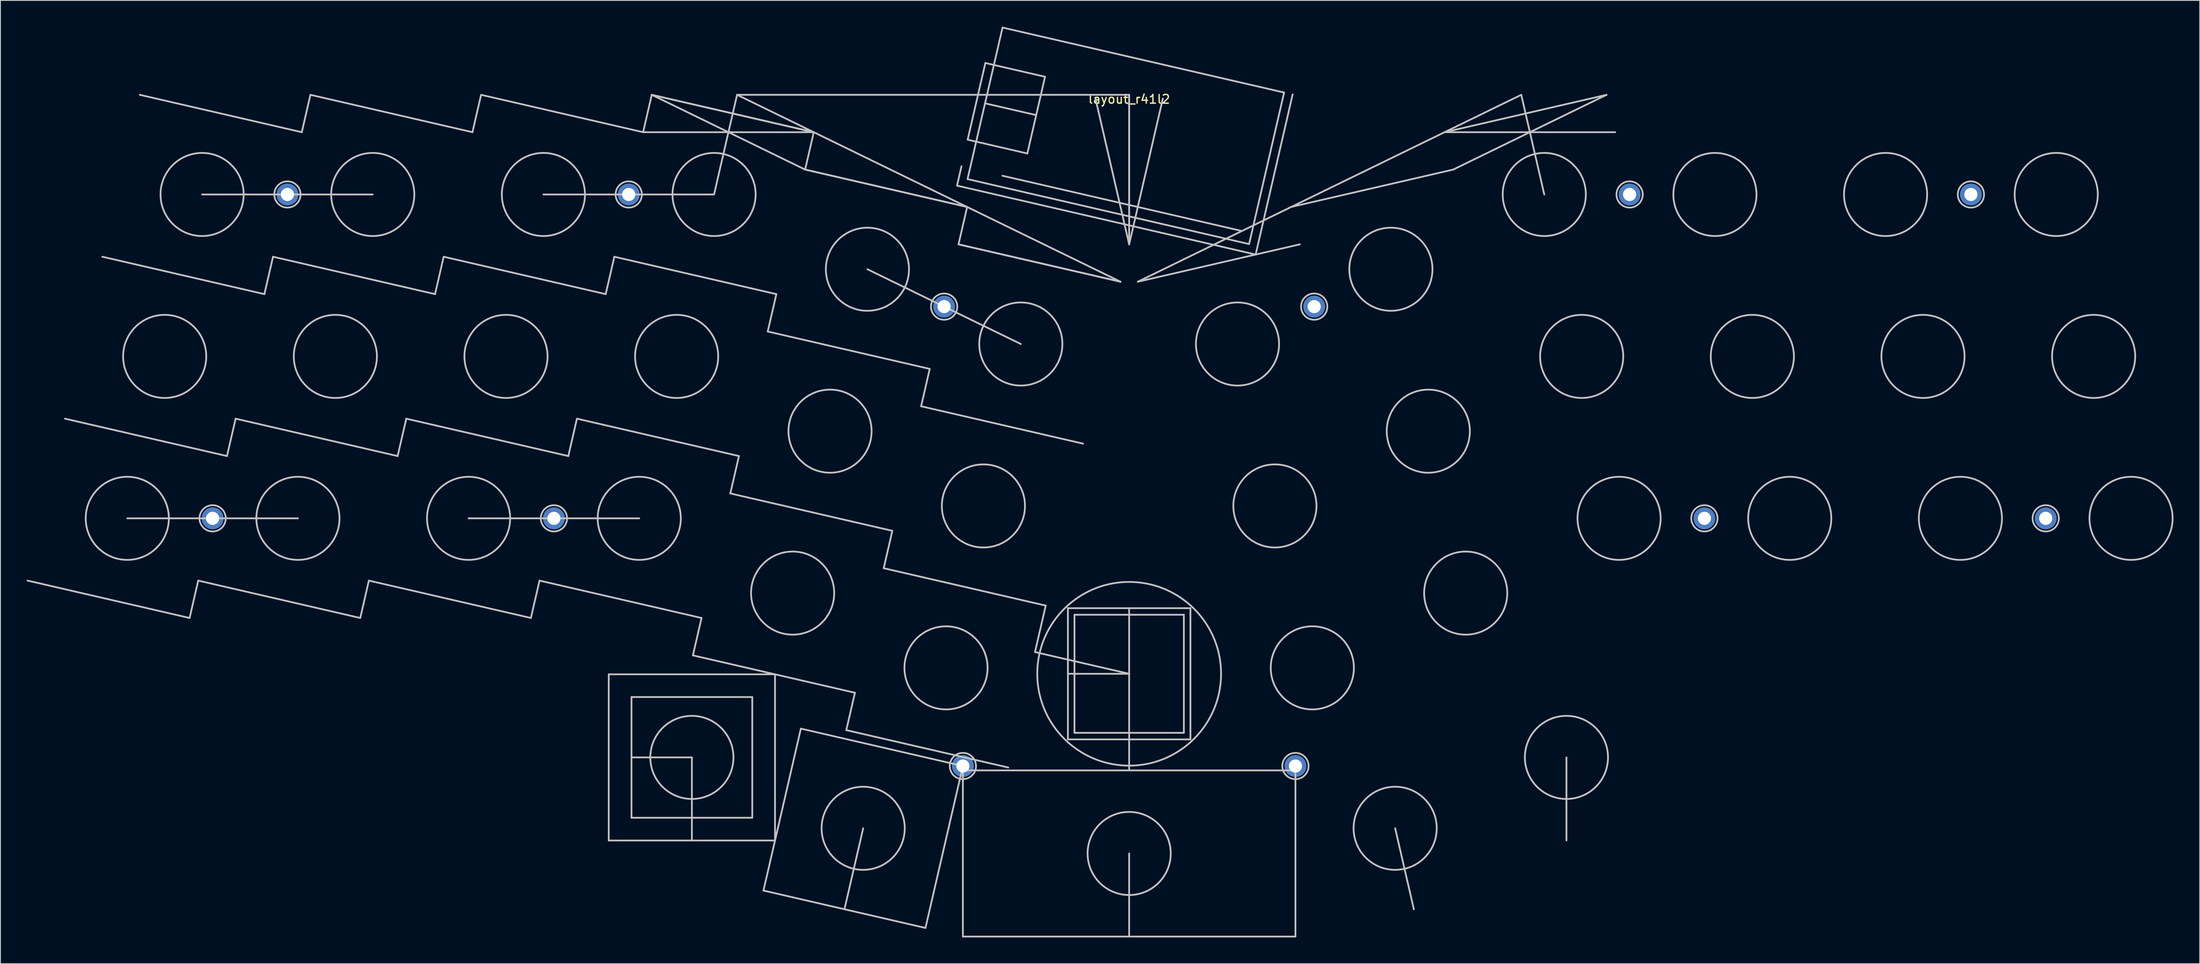
<source format=kicad_pcb>
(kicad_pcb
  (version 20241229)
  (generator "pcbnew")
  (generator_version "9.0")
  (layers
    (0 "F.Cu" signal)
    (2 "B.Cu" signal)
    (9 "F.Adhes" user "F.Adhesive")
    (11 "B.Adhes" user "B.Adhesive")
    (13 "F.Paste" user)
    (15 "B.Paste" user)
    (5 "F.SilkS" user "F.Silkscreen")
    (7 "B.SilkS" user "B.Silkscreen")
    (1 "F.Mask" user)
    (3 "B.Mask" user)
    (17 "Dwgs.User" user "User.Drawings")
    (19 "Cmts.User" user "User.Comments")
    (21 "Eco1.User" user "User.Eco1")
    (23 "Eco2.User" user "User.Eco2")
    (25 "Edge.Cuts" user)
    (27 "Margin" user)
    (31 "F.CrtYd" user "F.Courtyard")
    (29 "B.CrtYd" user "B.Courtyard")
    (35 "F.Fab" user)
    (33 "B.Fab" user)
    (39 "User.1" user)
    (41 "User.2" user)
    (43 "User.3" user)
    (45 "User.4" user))
  (footprint "layout_r41l2"
    (layer "F.Cu")
    (at 125.974 7.79)
    (property "Reference" "layout_r41l2" (at 0 0.5 0) (layer "F.SilkS") (effects (font (size 1 1) (thickness 0.15))))
    (attr through_hole)
    (fp_line (start -114.48 48.42) (end -94.981 48.42) (stroke (width 0.2) (type solid)) (layer "Dwgs.User"))
    (fp_line (start -107.361 59.813) (end -125.874 55.539) (stroke (width 0.2) (type solid)) (layer "Dwgs.User"))
    (fp_line (start -106.374 55.539) (end -107.361 59.813) (stroke (width 0.2) (type solid)) (layer "Dwgs.User"))
    (fp_line (start -105.932 11.394) (end -86.432 11.394) (stroke (width 0.2) (type solid)) (layer "Dwgs.User"))
    (fp_line (start -103.087 41.3) (end -121.6 37.026) (stroke (width 0.2) (type solid)) (layer "Dwgs.User"))
    (fp_line (start -102.1 37.026) (end -103.087 41.3) (stroke (width 0.2) (type solid)) (layer "Dwgs.User"))
    (fp_line (start -98.813 22.787) (end -117.326 18.513) (stroke (width 0.2) (type solid)) (layer "Dwgs.User"))
    (fp_line (start -97.826 18.513) (end -98.813 22.787) (stroke (width 0.2) (type solid)) (layer "Dwgs.User"))
    (fp_line (start -94.539 4.274) (end -113.052 0) (stroke (width 0.2) (type solid)) (layer "Dwgs.User"))
    (fp_line (start -93.552 0) (end -94.539 4.274) (stroke (width 0.2) (type solid)) (layer "Dwgs.User"))
    (fp_line (start -87.861 59.813) (end -106.374 55.539) (stroke (width 0.2) (type solid)) (layer "Dwgs.User"))
    (fp_line (start -86.874 55.539) (end -87.861 59.813) (stroke (width 0.2) (type solid)) (layer "Dwgs.User"))
    (fp_line (start -83.587 41.3) (end -102.1 37.026) (stroke (width 0.2) (type solid)) (layer "Dwgs.User"))
    (fp_line (start -82.6 37.026) (end -83.587 41.3) (stroke (width 0.2) (type solid)) (layer "Dwgs.User"))
    (fp_line (start -79.313 22.787) (end -97.826 18.513) (stroke (width 0.2) (type solid)) (layer "Dwgs.User"))
    (fp_line (start -78.326 18.513) (end -79.313 22.787) (stroke (width 0.2) (type solid)) (layer "Dwgs.User"))
    (fp_line (start -75.481 48.42) (end -55.981 48.42) (stroke (width 0.2) (type solid)) (layer "Dwgs.User"))
    (fp_line (start -75.039 4.274) (end -93.552 0) (stroke (width 0.2) (type solid)) (layer "Dwgs.User"))
    (fp_line (start -74.052 0) (end -75.039 4.274) (stroke (width 0.2) (type solid)) (layer "Dwgs.User"))
    (fp_line (start -68.361 59.813) (end -86.874 55.539) (stroke (width 0.2) (type solid)) (layer "Dwgs.User"))
    (fp_line (start -68.361 59.813) (end -67.375 55.539) (stroke (width 0.2) (type solid)) (layer "Dwgs.User"))
    (fp_line (start -67.375 55.539) (end -48.862 59.813) (stroke (width 0.2) (type solid)) (layer "Dwgs.User"))
    (fp_line (start -66.933 11.394) (end -47.433 11.394) (stroke (width 0.2) (type solid)) (layer "Dwgs.User"))
    (fp_line (start -64.087 41.3) (end -82.6 37.026) (stroke (width 0.2) (type solid)) (layer "Dwgs.User"))
    (fp_line (start -64.087 41.3) (end -63.1 37.026) (stroke (width 0.2) (type solid)) (layer "Dwgs.User"))
    (fp_line (start -63.1 37.026) (end -44.587 41.3) (stroke (width 0.2) (type solid)) (layer "Dwgs.User"))
    (fp_line (start -59.813 22.787) (end -78.326 18.513) (stroke (width 0.2) (type solid)) (layer "Dwgs.User"))
    (fp_line (start -59.813 22.787) (end -58.826 18.513) (stroke (width 0.2) (type solid)) (layer "Dwgs.User"))
    (fp_line (start -59.466 66.253) (end -40.466 66.253) (stroke (width 0.2) (type solid)) (layer "Dwgs.User"))
    (fp_line (start -59.466 85.253) (end -59.466 66.253) (stroke (width 0.2) (type solid)) (layer "Dwgs.User"))
    (fp_line (start -58.826 18.513) (end -40.313 22.787) (stroke (width 0.2) (type solid)) (layer "Dwgs.User"))
    (fp_line (start -56.866 68.853) (end -56.866 82.653) (stroke (width 0.2) (type solid)) (layer "Dwgs.User"))
    (fp_line (start -56.866 82.653) (end -43.066 82.653) (stroke (width 0.2) (type solid)) (layer "Dwgs.User"))
    (fp_line (start -55.539 4.274) (end -74.052 0) (stroke (width 0.2) (type solid)) (layer "Dwgs.User"))
    (fp_line (start -55.539 4.274) (end -54.552 0) (stroke (width 0.2) (type solid)) (layer "Dwgs.User"))
    (fp_line (start -54.552 0) (end -37.026 8.548) (stroke (width 0.2) (type solid)) (layer "Dwgs.User"))
    (fp_line (start -54.552 0) (end -36.039 4.274) (stroke (width 0.2) (type solid)) (layer "Dwgs.User"))
    (fp_line (start -54.552 0) (end -36.039 4.274) (stroke (width 0.2) (type solid)) (layer "Dwgs.User"))
    (fp_line (start -49.966 75.753) (end -56.866 75.753) (stroke (width 0.2) (type solid)) (layer "Dwgs.User"))
    (fp_line (start -49.966 85.253) (end -49.966 75.753) (stroke (width 0.2) (type solid)) (layer "Dwgs.User"))
    (fp_line (start -49.848 64.087) (end -31.335 68.361) (stroke (width 0.2) (type solid)) (layer "Dwgs.User"))
    (fp_line (start -48.862 59.813) (end -49.848 64.087) (stroke (width 0.2) (type solid)) (layer "Dwgs.User"))
    (fp_line (start -45.574 45.574) (end -27.061 49.848) (stroke (width 0.2) (type solid)) (layer "Dwgs.User"))
    (fp_line (start -44.802 0) (end -47.433 11.394) (stroke (width 0.2) (type solid)) (layer "Dwgs.User"))
    (fp_line (start -44.802 0) (end -0.987 21.37) (stroke (width 0.2) (type solid)) (layer "Dwgs.User"))
    (fp_line (start -44.587 41.3) (end -45.574 45.574) (stroke (width 0.2) (type solid)) (layer "Dwgs.User"))
    (fp_line (start -43.066 68.853) (end -56.866 68.853) (stroke (width 0.2) (type solid)) (layer "Dwgs.User"))
    (fp_line (start -43.066 82.653) (end -43.066 68.853) (stroke (width 0.2) (type solid)) (layer "Dwgs.User"))
    (fp_line (start -41.787 90.976) (end -23.274 95.25) (stroke (width 0.2) (type solid)) (layer "Dwgs.User"))
    (fp_line (start -41.3 27.061) (end -22.787 31.335) (stroke (width 0.2) (type solid)) (layer "Dwgs.User"))
    (fp_line (start -40.466 66.253) (end -40.466 85.253) (stroke (width 0.2) (type solid)) (layer "Dwgs.User"))
    (fp_line (start -40.466 85.253) (end -59.466 85.253) (stroke (width 0.2) (type solid)) (layer "Dwgs.User"))
    (fp_line (start -40.313 22.787) (end -41.3 27.061) (stroke (width 0.2) (type solid)) (layer "Dwgs.User"))
    (fp_line (start -37.513 72.463) (end -41.787 90.976) (stroke (width 0.2) (type solid)) (layer "Dwgs.User"))
    (fp_line (start -37.026 8.548) (end -18.513 12.822) (stroke (width 0.2) (type solid)) (layer "Dwgs.User"))
    (fp_line (start -37.026 8.548) (end -18.513 12.822) (stroke (width 0.2) (type solid)) (layer "Dwgs.User"))
    (fp_line (start -36.039 4.274) (end -55.539 4.274) (stroke (width 0.2) (type solid)) (layer "Dwgs.User"))
    (fp_line (start -36.039 4.274) (end -37.026 8.548) (stroke (width 0.2) (type solid)) (layer "Dwgs.User"))
    (fp_line (start -32.322 72.635) (end -13.809 76.909) (stroke (width 0.2) (type solid)) (layer "Dwgs.User"))
    (fp_line (start -31.335 68.361) (end -32.322 72.635) (stroke (width 0.2) (type solid)) (layer "Dwgs.User"))
    (fp_line (start -30.394 83.857) (end -32.531 93.113) (stroke (width 0.2) (type solid)) (layer "Dwgs.User"))
    (fp_line (start -29.907 19.942) (end -12.38 28.49) (stroke (width 0.2) (type solid)) (layer "Dwgs.User"))
    (fp_line (start -28.048 54.122) (end -9.535 58.396) (stroke (width 0.2) (type solid)) (layer "Dwgs.User"))
    (fp_line (start -27.061 49.848) (end -28.048 54.122) (stroke (width 0.2) (type solid)) (layer "Dwgs.User"))
    (fp_line (start -23.774 35.609) (end -5.261 39.883) (stroke (width 0.2) (type solid)) (layer "Dwgs.User"))
    (fp_line (start -23.274 95.25) (end -19 76.737) (stroke (width 0.2) (type solid)) (layer "Dwgs.User"))
    (fp_line (start -22.787 31.335) (end -23.774 35.609) (stroke (width 0.2) (type solid)) (layer "Dwgs.User"))
    (fp_line (start -19.668 10.383) (end 14.454 18.261) (stroke (width 0.2) (type solid)) (layer "Dwgs.User"))
    (fp_line (start -19.5 17.096) (end -0.987 21.37) (stroke (width 0.2) (type solid)) (layer "Dwgs.User"))
    (fp_line (start -19.5 17.096) (end -0.987 21.37) (stroke (width 0.2) (type solid)) (layer "Dwgs.User"))
    (fp_line (start -19.158 8.172) (end -19.668 10.383) (stroke (width 0.2) (type solid)) (layer "Dwgs.User"))
    (fp_line (start -19 76.737) (end -37.513 72.463) (stroke (width 0.2) (type solid)) (layer "Dwgs.User"))
    (fp_line (start -19 77.237) (end 19 77.237) (stroke (width 0.2) (type solid)) (layer "Dwgs.User"))
    (fp_line (start -19 96.237) (end -19 77.237) (stroke (width 0.2) (type solid)) (layer "Dwgs.User"))
    (fp_line (start -18.513 12.822) (end -19.5 17.096) (stroke (width 0.2) (type solid)) (layer "Dwgs.User"))
    (fp_line (start -18.469 9.634) (end -14.469 -7.69) (stroke (width 0.2) (type solid)) (layer "Dwgs.User"))
    (fp_line (start -18.456 5.131) (end -11.635 6.706) (stroke (width 0.2) (type solid)) (layer "Dwgs.User"))
    (fp_line (start -16.469 0.972) (end -10.623 2.321) (stroke (width 0.2) (type solid)) (layer "Dwgs.User"))
    (fp_line (start -16.431 -3.638) (end -18.456 5.131) (stroke (width 0.2) (type solid)) (layer "Dwgs.User"))
    (fp_line (start -14.471 9.254) (end 12.753 15.539) (stroke (width 0.2) (type solid)) (layer "Dwgs.User"))
    (fp_line (start -14.469 -7.69) (end 17.704 -0.262) (stroke (width 0.2) (type solid)) (layer "Dwgs.User"))
    (fp_line (start -11.635 6.706) (end -9.611 -2.063) (stroke (width 0.2) (type solid)) (layer "Dwgs.User"))
    (fp_line (start -10.761 63.708) (end -9.535 58.396) (stroke (width 0.2) (type solid)) (layer "Dwgs.User"))
    (fp_line (start -9.611 -2.063) (end -16.431 -3.638) (stroke (width 0.2) (type solid)) (layer "Dwgs.User"))
    (fp_line (start -7 58.693) (end -7 73.693) (stroke (width 0.2) (type solid)) (layer "Dwgs.User"))
    (fp_line (start -7 66.193) (end 0 66.193) (stroke (width 0.2) (type solid)) (layer "Dwgs.User"))
    (fp_line (start -7 73.693) (end 7 73.693) (stroke (width 0.2) (type solid)) (layer "Dwgs.User"))
    (fp_line (start -6.25 59.443) (end -6.25 72.943) (stroke (width 0.2) (type solid)) (layer "Dwgs.User"))
    (fp_line (start -6.25 72.943) (end 6.25 72.943) (stroke (width 0.2) (type solid)) (layer "Dwgs.User"))
    (fp_line (start 0 0) (end -44.802 0) (stroke (width 0.2) (type solid)) (layer "Dwgs.User"))
    (fp_line (start 0 0) (end 0 17.096) (stroke (width 0.2) (type solid)) (layer "Dwgs.User"))
    (fp_line (start 0 0) (end 0 17.096) (stroke (width 0.2) (type solid)) (layer "Dwgs.User"))
    (fp_line (start 0 0) (end 0 17.096) (stroke (width 0.2) (type solid)) (layer "Dwgs.User"))
    (fp_line (start 0 17.096) (end -3.846 0.438) (stroke (width 0.2) (type solid)) (layer "Dwgs.User"))
    (fp_line (start 0 17.096) (end 3.846 0.438) (stroke (width 0.2) (type solid)) (layer "Dwgs.User"))
    (fp_line (start 0 66.193) (end -10.761 63.708) (stroke (width 0.2) (type solid)) (layer "Dwgs.User"))
    (fp_line (start 0 66.193) (end 0 58.693) (stroke (width 0.2) (type solid)) (layer "Dwgs.User"))
    (fp_line (start 0 77.237) (end 0 66.193) (stroke (width 0.2) (type solid)) (layer "Dwgs.User"))
    (fp_line (start 0 86.737) (end 0 96.237) (stroke (width 0.2) (type solid)) (layer "Dwgs.User"))
    (fp_line (start 6.25 59.443) (end -6.25 59.443) (stroke (width 0.2) (type solid)) (layer "Dwgs.User"))
    (fp_line (start 6.25 72.943) (end 6.25 59.443) (stroke (width 0.2) (type solid)) (layer "Dwgs.User"))
    (fp_line (start 7 58.693) (end -7 58.693) (stroke (width 0.2) (type solid)) (layer "Dwgs.User"))
    (fp_line (start 7 73.693) (end 7 58.693) (stroke (width 0.2) (type solid)) (layer "Dwgs.User"))
    (fp_line (start 13.705 17.062) (end -18.469 9.634) (stroke (width 0.2) (type solid)) (layer "Dwgs.User"))
    (fp_line (start 14.454 18.261) (end 18.679 -0.038) (stroke (width 0.2) (type solid)) (layer "Dwgs.User"))
    (fp_line (start 17.704 -0.262) (end 13.705 17.062) (stroke (width 0.2) (type solid)) (layer "Dwgs.User"))
    (fp_line (start 19 77.237) (end 19 96.237) (stroke (width 0.2) (type solid)) (layer "Dwgs.User"))
    (fp_line (start 19 96.237) (end -19 96.237) (stroke (width 0.2) (type solid)) (layer "Dwgs.User"))
    (fp_line (start 19.5 17.096) (end 0.987 21.37) (stroke (width 0.2) (type solid)) (layer "Dwgs.User"))
    (fp_line (start 30.394 83.857) (end 32.531 93.113) (stroke (width 0.2) (type solid)) (layer "Dwgs.User"))
    (fp_line (start 36.039 4.274) (end 55.539 4.274) (stroke (width 0.2) (type solid)) (layer "Dwgs.User"))
    (fp_line (start 37.026 8.548) (end 18.513 12.822) (stroke (width 0.2) (type solid)) (layer "Dwgs.User"))
    (fp_line (start 44.802 0) (end 0.987 21.37) (stroke (width 0.2) (type solid)) (layer "Dwgs.User"))
    (fp_line (start 44.802 0) (end 47.433 11.394) (stroke (width 0.2) (type solid)) (layer "Dwgs.User"))
    (fp_line (start 49.966 85.253) (end 49.966 75.753) (stroke (width 0.2) (type solid)) (layer "Dwgs.User"))
    (fp_line (start 54.552 0) (end 36.039 4.274) (stroke (width 0.2) (type solid)) (layer "Dwgs.User"))
    (fp_line (start 54.552 0) (end 37.026 8.548) (stroke (width 0.2) (type solid)) (layer "Dwgs.User"))
    (fp_circle (center -114.48 48.42) (end -109.73 48.42) (stroke (width 0.2) (type solid)) (fill no) (layer "Dwgs.User"))
    (fp_circle (center -110.206 29.907) (end -105.456 29.907) (stroke (width 0.2) (type solid)) (fill no) (layer "Dwgs.User"))
    (fp_circle (center -105.932 11.394) (end -101.182 11.394) (stroke (width 0.2) (type solid)) (fill no) (layer "Dwgs.User"))
    (fp_circle (center -104.73 48.42) (end -103.23 48.42) (stroke (width 0.2) (type solid)) (fill no) (layer "Dwgs.User"))
    (fp_circle (center -96.182 11.394) (end -94.682 11.394) (stroke (width 0.2) (type solid)) (fill no) (layer "Dwgs.User"))
    (fp_circle (center -94.981 48.42) (end -90.231 48.42) (stroke (width 0.2) (type solid)) (fill no) (layer "Dwgs.User"))
    (fp_circle (center -90.706 29.907) (end -85.956 29.907) (stroke (width 0.2) (type solid)) (fill no) (layer "Dwgs.User"))
    (fp_circle (center -86.432 11.394) (end -81.682 11.394) (stroke (width 0.2) (type solid)) (fill no) (layer "Dwgs.User"))
    (fp_circle (center -75.481 48.42) (end -70.731 48.42) (stroke (width 0.2) (type solid)) (fill no) (layer "Dwgs.User"))
    (fp_circle (center -71.207 29.907) (end -66.457 29.907) (stroke (width 0.2) (type solid)) (fill no) (layer "Dwgs.User"))
    (fp_circle (center -66.933 11.394) (end -62.183 11.394) (stroke (width 0.2) (type solid)) (fill no) (layer "Dwgs.User"))
    (fp_circle (center -65.731 48.42) (end -64.231 48.42) (stroke (width 0.2) (type solid)) (fill no) (layer "Dwgs.User"))
    (fp_circle (center -57.183 11.394) (end -55.683 11.394) (stroke (width 0.2) (type solid)) (fill no) (layer "Dwgs.User"))
    (fp_circle (center -55.981 48.42) (end -51.231 48.42) (stroke (width 0.2) (type solid)) (fill no) (layer "Dwgs.User"))
    (fp_circle (center -51.707 29.907) (end -46.957 29.907) (stroke (width 0.2) (type solid)) (fill no) (layer "Dwgs.User"))
    (fp_circle (center -49.966 75.753) (end -45.216 75.753) (stroke (width 0.2) (type solid)) (fill no) (layer "Dwgs.User"))
    (fp_circle (center -47.433 11.394) (end -42.683 11.394) (stroke (width 0.2) (type solid)) (fill no) (layer "Dwgs.User"))
    (fp_circle (center -38.455 56.968) (end -33.705 56.968) (stroke (width 0.2) (type solid)) (fill no) (layer "Dwgs.User"))
    (fp_circle (center -34.181 38.455) (end -29.431 38.455) (stroke (width 0.2) (type solid)) (fill no) (layer "Dwgs.User"))
    (fp_circle (center -30.394 83.857) (end -25.644 83.857) (stroke (width 0.2) (type solid)) (fill no) (layer "Dwgs.User"))
    (fp_circle (center -29.907 19.942) (end -25.157 19.942) (stroke (width 0.2) (type solid)) (fill no) (layer "Dwgs.User"))
    (fp_circle (center -21.143 24.216) (end -19.643 24.216) (stroke (width 0.2) (type solid)) (fill no) (layer "Dwgs.User"))
    (fp_circle (center -20.928 65.516) (end -16.178 65.516) (stroke (width 0.2) (type solid)) (fill no) (layer "Dwgs.User"))
    (fp_circle (center -19 76.737) (end -17.5 76.737) (stroke (width 0.2) (type solid)) (fill no) (layer "Dwgs.User"))
    (fp_circle (center -16.654 47.003) (end -11.904 47.003) (stroke (width 0.2) (type solid)) (fill no) (layer "Dwgs.User"))
    (fp_circle (center -12.38 28.49) (end -7.63 28.49) (stroke (width 0.2) (type solid)) (fill no) (layer "Dwgs.User"))
    (fp_circle (center 0 66.193) (end 10.5 66.193) (stroke (width 0.2) (type solid)) (fill no) (layer "Dwgs.User"))
    (fp_circle (center 0 86.737) (end 4.75 86.737) (stroke (width 0.2) (type solid)) (fill no) (layer "Dwgs.User"))
    (fp_circle (center 12.38 28.49) (end 17.13 28.49) (stroke (width 0.2) (type solid)) (fill no) (layer "Dwgs.User"))
    (fp_circle (center 16.654 47.003) (end 21.404 47.003) (stroke (width 0.2) (type solid)) (fill no) (layer "Dwgs.User"))
    (fp_circle (center 19 76.737) (end 20.5 76.737) (stroke (width 0.2) (type solid)) (fill no) (layer "Dwgs.User"))
    (fp_circle (center 20.928 65.516) (end 25.678 65.516) (stroke (width 0.2) (type solid)) (fill no) (layer "Dwgs.User"))
    (fp_circle (center 21.143 24.216) (end 22.643 24.216) (stroke (width 0.2) (type solid)) (fill no) (layer "Dwgs.User"))
    (fp_circle (center 29.907 19.942) (end 34.657 19.942) (stroke (width 0.2) (type solid)) (fill no) (layer "Dwgs.User"))
    (fp_circle (center 30.394 83.857) (end 35.144 83.857) (stroke (width 0.2) (type solid)) (fill no) (layer "Dwgs.User"))
    (fp_circle (center 34.181 38.455) (end 38.931 38.455) (stroke (width 0.2) (type solid)) (fill no) (layer "Dwgs.User"))
    (fp_circle (center 38.455 56.968) (end 43.205 56.968) (stroke (width 0.2) (type solid)) (fill no) (layer "Dwgs.User"))
    (fp_circle (center 47.433 11.394) (end 52.183 11.394) (stroke (width 0.2) (type solid)) (fill no) (layer "Dwgs.User"))
    (fp_circle (center 49.966 75.753) (end 54.716 75.753) (stroke (width 0.2) (type solid)) (fill no) (layer "Dwgs.User"))
    (fp_circle (center 51.707 29.907) (end 56.457 29.907) (stroke (width 0.2) (type solid)) (fill no) (layer "Dwgs.User"))
    (fp_circle (center 55.981 48.42) (end 60.731 48.42) (stroke (width 0.2) (type solid)) (fill no) (layer "Dwgs.User"))
    (fp_circle (center 57.183 11.394) (end 58.683 11.394) (stroke (width 0.2) (type solid)) (fill no) (layer "Dwgs.User"))
    (fp_circle (center 65.731 48.42) (end 67.231 48.42) (stroke (width 0.2) (type solid)) (fill no) (layer "Dwgs.User"))
    (fp_circle (center 66.933 11.394) (end 71.683 11.394) (stroke (width 0.2) (type solid)) (fill no) (layer "Dwgs.User"))
    (fp_circle (center 71.207 29.907) (end 75.957 29.907) (stroke (width 0.2) (type solid)) (fill no) (layer "Dwgs.User"))
    (fp_circle (center 75.481 48.42) (end 80.231 48.42) (stroke (width 0.2) (type solid)) (fill no) (layer "Dwgs.User"))
    (fp_circle (center 86.432 11.394) (end 91.182 11.394) (stroke (width 0.2) (type solid)) (fill no) (layer "Dwgs.User"))
    (fp_circle (center 90.706 29.907) (end 95.456 29.907) (stroke (width 0.2) (type solid)) (fill no) (layer "Dwgs.User"))
    (fp_circle (center 94.981 48.42) (end 99.731 48.42) (stroke (width 0.2) (type solid)) (fill no) (layer "Dwgs.User"))
    (fp_circle (center 96.182 11.394) (end 97.682 11.394) (stroke (width 0.2) (type solid)) (fill no) (layer "Dwgs.User"))
    (fp_circle (center 104.73 48.42) (end 106.23 48.42) (stroke (width 0.2) (type solid)) (fill no) (layer "Dwgs.User"))
    (fp_circle (center 105.932 11.394) (end 110.682 11.394) (stroke (width 0.2) (type solid)) (fill no) (layer "Dwgs.User"))
    (fp_circle (center 110.206 29.907) (end 114.956 29.907) (stroke (width 0.2) (type solid)) (fill no) (layer "Dwgs.User"))
    (fp_circle (center 114.48 48.42) (end 119.23 48.42) (stroke (width 0.2) (type solid)) (fill no) (layer "Dwgs.User"))
    (pad "" thru_hole circle (at -104.73 48.42) (size 2.5 2.5) (drill 1.5) (layers "*.Cu" "*.Mask"))
    (pad "" thru_hole circle (at -96.182 11.394) (size 2.5 2.5) (drill 1.5) (layers "*.Cu" "*.Mask"))
    (pad "" thru_hole circle (at -65.731 48.42) (size 2.5 2.5) (drill 1.5) (layers "*.Cu" "*.Mask"))
    (pad "" thru_hole circle (at -57.183 11.394) (size 2.5 2.5) (drill 1.5) (layers "*.Cu" "*.Mask"))
    (pad "" thru_hole circle (at -21.143 24.216) (size 2.5 2.5) (drill 1.5) (layers "*.Cu" "*.Mask"))
    (pad "" thru_hole circle (at -19 76.737) (size 2.5 2.5) (drill 1.5) (layers "*.Cu" "*.Mask"))
    (pad "" thru_hole circle (at 19 76.737) (size 2.5 2.5) (drill 1.5) (layers "*.Cu" "*.Mask"))
    (pad "" thru_hole circle (at 21.143 24.216) (size 2.5 2.5) (drill 1.5) (layers "*.Cu" "*.Mask"))
    (pad "" thru_hole circle (at 57.183 11.394) (size 2.5 2.5) (drill 1.5) (layers "*.Cu" "*.Mask"))
    (pad "" thru_hole circle (at 65.731 48.42) (size 2.5 2.5) (drill 1.5) (layers "*.Cu" "*.Mask"))
    (pad "" thru_hole circle (at 96.182 11.394) (size 2.5 2.5) (drill 1.5) (layers "*.Cu" "*.Mask"))
    (pad "" thru_hole circle (at 104.73 48.42) (size 2.5 2.5) (drill 1.5) (layers "*.Cu" "*.Mask")))
  (gr_rect
    (start -3 -3)
    (end 248.304 107.127)
    (stroke (width 0.1) (type default))
    (fill no)
    (layer "Edge.Cuts")))
</source>
